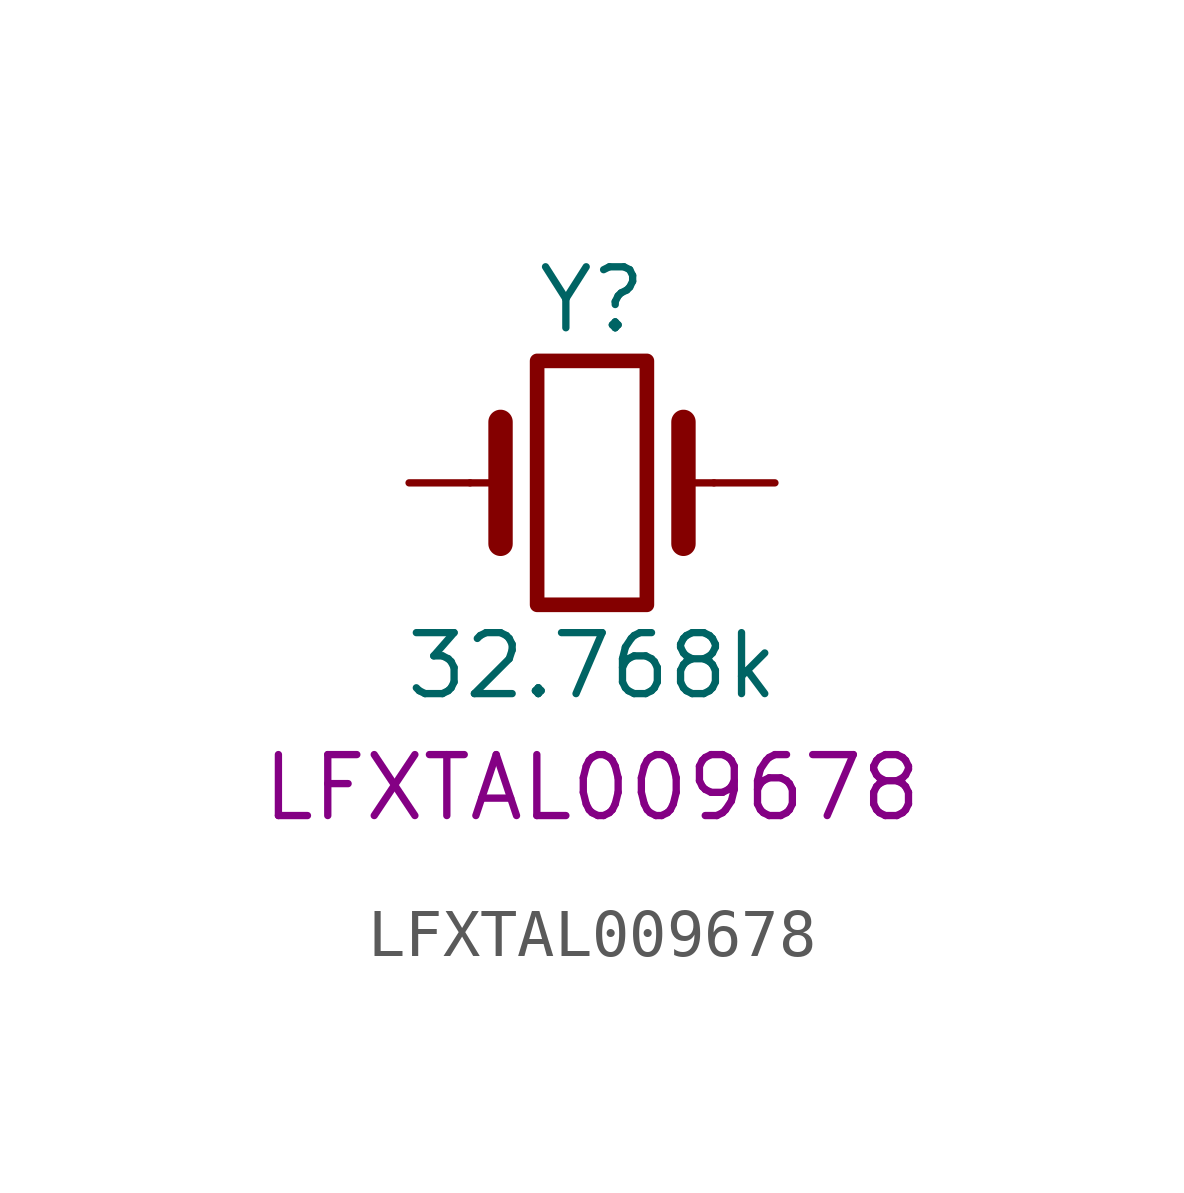
<source format=kicad_sym>
(kicad_symbol_lib
  (version 20241209)
  (generator "kicad_symbol_editor")
  (generator_version "9.0")
  (symbol "LFXTAL009678"
    (pin_numbers
      (hide yes))
    (pin_names
      (offset 1.016)
      (hide yes))
    (property "Reference" "Y"
      (at 0 3.81 0)
      (effects (font (size 1.27 1.27))))
    (property "Value" "32.768k"
      (at 0 -3.81 0)
      (effects (font (size 1.27 1.27))))
    (property "PartNumber" "LFXTAL009678"
      (at 0 -6.35 0)
      (effects (font (size 1.27 1.27))))
    (symbol "LFXTAL009678_0_1"
      (polyline (pts (xy -2.54 0) (xy -1.905 0)) (stroke (width 0) (type default)) (fill (type none)))
      (polyline (pts (xy -1.905 -1.27) (xy -1.905 1.27)) (stroke (width 0.508) (type default)) (fill (type none)))
      (rectangle (start -1.143 2.54) (end 1.143 -2.54) (stroke (width 0.305) (type default)) (fill (type none)))
      (polyline (pts (xy 1.905 -1.27) (xy 1.905 1.27)) (stroke (width 0.508) (type default)) (fill (type none)))
      (polyline (pts (xy 2.54 0) (xy 1.905 0)) (stroke (width 0) (type default)) (fill (type none))))
    (symbol "LFXTAL009678_1_1"
      (pin passive line (at -3.81 0 0) (length 1.27) (name "1" (effects (font (size 1.27 1.27)))) (number "1" (effects (font (size 1.27 1.27)))))
      (pin passive line (at 3.81 0 180) (length 1.27) (name "2" (effects (font (size 1.27 1.27)))) (number "2" (effects (font (size 1.27 1.27))))))))
</source>
